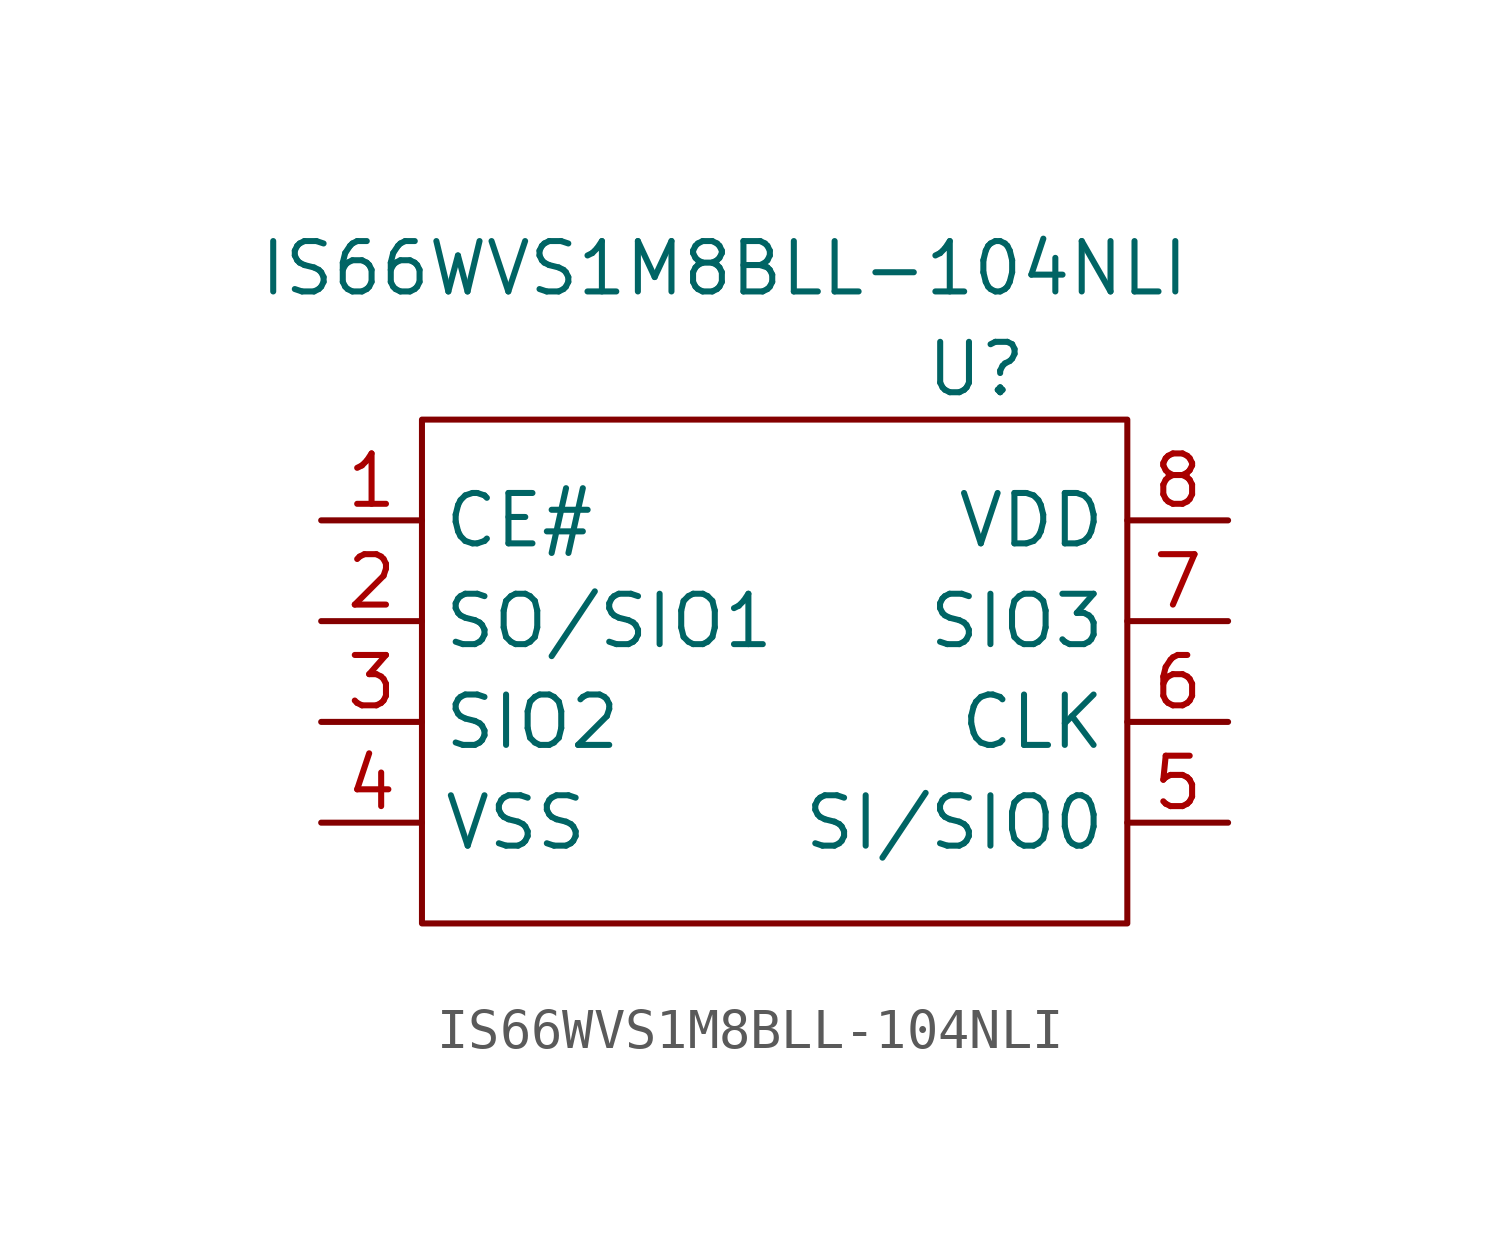
<source format=kicad_sym>
(kicad_symbol_lib
  (version 20211014)
  (generator kicad_symbol_editor)
  (symbol "IS66WVS1M8BLL-104NLI"
    (property "Reference" "U"
      (at 5.08 7.62 0)
      (effects (font (size 1.27 1.27))))
    (property "Value" "IS66WVS1M8BLL-104NLI"
      (at -1.27 10.16 0)
      (effects (font (size 1.27 1.27))))
    (symbol "IS66WVS1M8BLL-104NLI_0_1"
      (rectangle (start -8.89 6.35) (end 8.89 -6.35) (stroke (width 0.152) (type default) (color 0 0 0 0)) (fill (type none))))
    (symbol "IS66WVS1M8BLL-104NLI_1_1"
      (pin passive line (at -11.43 3.81 0) (length 2.54) (name "CE#" (effects (font (size 1.27 1.27)))) (number "1" (effects (font (size 1.27 1.27)))))
      (pin passive line (at -11.43 1.27 0) (length 2.54) (name "SO/SIO1" (effects (font (size 1.27 1.27)))) (number "2" (effects (font (size 1.27 1.27)))))
      (pin passive line (at -11.43 -1.27 0) (length 2.54) (name "SIO2" (effects (font (size 1.27 1.27)))) (number "3" (effects (font (size 1.27 1.27)))))
      (pin passive line (at -11.43 -3.81 0) (length 2.54) (name "VSS" (effects (font (size 1.27 1.27)))) (number "4" (effects (font (size 1.27 1.27)))))
      (pin passive line (at 11.43 -3.81 180) (length 2.54) (name "SI/SIO0" (effects (font (size 1.27 1.27)))) (number "5" (effects (font (size 1.27 1.27)))))
      (pin passive line (at 11.43 -1.27 180) (length 2.54) (name "CLK" (effects (font (size 1.27 1.27)))) (number "6" (effects (font (size 1.27 1.27)))))
      (pin passive line (at 11.43 1.27 180) (length 2.54) (name "SIO3" (effects (font (size 1.27 1.27)))) (number "7" (effects (font (size 1.27 1.27)))))
      (pin passive line (at 11.43 3.81 180) (length 2.54) (name "VDD" (effects (font (size 1.27 1.27)))) (number "8" (effects (font (size 1.27 1.27))))))))
</source>
